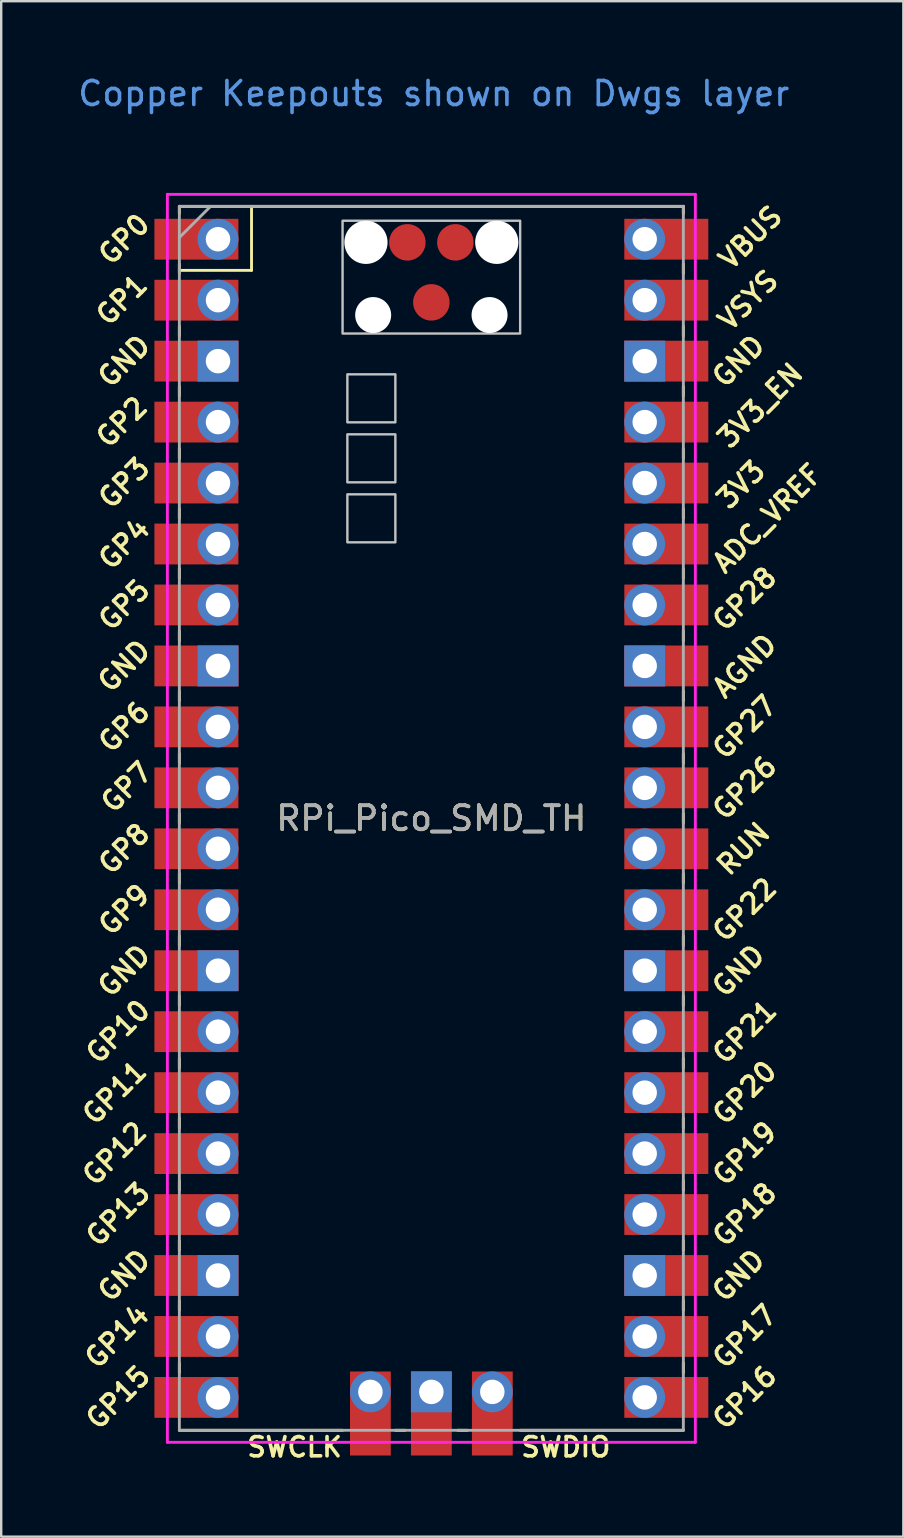
<source format=kicad_pcb>
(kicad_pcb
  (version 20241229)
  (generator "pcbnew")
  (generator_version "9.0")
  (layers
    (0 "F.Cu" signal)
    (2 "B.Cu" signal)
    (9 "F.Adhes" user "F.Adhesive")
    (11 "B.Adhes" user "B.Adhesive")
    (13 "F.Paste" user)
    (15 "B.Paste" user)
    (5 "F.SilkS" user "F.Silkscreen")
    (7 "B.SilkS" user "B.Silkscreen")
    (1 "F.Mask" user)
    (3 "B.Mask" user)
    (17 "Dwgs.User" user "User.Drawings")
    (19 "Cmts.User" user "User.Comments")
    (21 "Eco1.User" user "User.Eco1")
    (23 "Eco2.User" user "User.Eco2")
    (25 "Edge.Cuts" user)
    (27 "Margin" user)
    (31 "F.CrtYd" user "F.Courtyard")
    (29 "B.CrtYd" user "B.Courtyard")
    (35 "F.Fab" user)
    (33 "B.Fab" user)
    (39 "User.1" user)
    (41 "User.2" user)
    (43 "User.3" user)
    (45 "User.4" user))
  (footprint "RPi_Pico_SMD_TH"
    (layer "F.Cu")
    (at 4.424 56.548)
    (property "Reference" "RPi_Pico_SMD_TH" (at 10.5 -25.5 0) (layer "F.SilkS") (effects (font (size 1 1) (thickness 0.15))))
    (attr through_hole)
    (fp_line (start 0 -51) (end 0 -50.7) (stroke (width 0.12) (type solid)) (layer "F.SilkS"))
    (fp_line (start 0 -51) (end 21 -51) (stroke (width 0.12) (type solid)) (layer "F.SilkS"))
    (fp_line (start 0 -48.6) (end 0 -48.2) (stroke (width 0.12) (type solid)) (layer "F.SilkS"))
    (fp_line (start 0 -48.333) (end 3.007 -48.333) (stroke (width 0.12) (type solid)) (layer "F.SilkS"))
    (fp_line (start 0 -46) (end 0 -45.6) (stroke (width 0.12) (type solid)) (layer "F.SilkS"))
    (fp_line (start 0 -43.5) (end 0 -43.1) (stroke (width 0.12) (type solid)) (layer "F.SilkS"))
    (fp_line (start 0 -40.9) (end 0 -40.5) (stroke (width 0.12) (type solid)) (layer "F.SilkS"))
    (fp_line (start 0 -38.4) (end 0 -38) (stroke (width 0.12) (type solid)) (layer "F.SilkS"))
    (fp_line (start 0 -35.9) (end 0 -35.5) (stroke (width 0.12) (type solid)) (layer "F.SilkS"))
    (fp_line (start 0 -33.3) (end 0 -32.9) (stroke (width 0.12) (type solid)) (layer "F.SilkS"))
    (fp_line (start 0 -30.8) (end 0 -30.4) (stroke (width 0.12) (type solid)) (layer "F.SilkS"))
    (fp_line (start 0 -28.2) (end 0 -27.8) (stroke (width 0.12) (type solid)) (layer "F.SilkS"))
    (fp_line (start 0 -25.7) (end 0 -25.3) (stroke (width 0.12) (type solid)) (layer "F.SilkS"))
    (fp_line (start 0 -23.2) (end 0 -22.8) (stroke (width 0.12) (type solid)) (layer "F.SilkS"))
    (fp_line (start 0 -20.6) (end 0 -20.2) (stroke (width 0.12) (type solid)) (layer "F.SilkS"))
    (fp_line (start 0 -18.1) (end 0 -17.7) (stroke (width 0.12) (type solid)) (layer "F.SilkS"))
    (fp_line (start 0 -15.5) (end 0 -15.1) (stroke (width 0.12) (type solid)) (layer "F.SilkS"))
    (fp_line (start 0 -13) (end 0 -12.6) (stroke (width 0.12) (type solid)) (layer "F.SilkS"))
    (fp_line (start 0 -10.4) (end 0 -10) (stroke (width 0.12) (type solid)) (layer "F.SilkS"))
    (fp_line (start 0 -7.9) (end 0 -7.5) (stroke (width 0.12) (type solid)) (layer "F.SilkS"))
    (fp_line (start 0 -5.4) (end 0 -5) (stroke (width 0.12) (type solid)) (layer "F.SilkS"))
    (fp_line (start 0 -2.8) (end 0 -2.4) (stroke (width 0.12) (type solid)) (layer "F.SilkS"))
    (fp_line (start 3.007 -48.333) (end 3.007 -51) (stroke (width 0.12) (type solid)) (layer "F.SilkS"))
    (fp_line (start 6.8 0) (end 0 0) (stroke (width 0.12) (type solid)) (layer "F.SilkS"))
    (fp_line (start 9 0) (end 9.4 0) (stroke (width 0.12) (type solid)) (layer "F.SilkS"))
    (fp_line (start 11.6 0) (end 12 0) (stroke (width 0.12) (type solid)) (layer "F.SilkS"))
    (fp_line (start 21 -51) (end 21 -50.7) (stroke (width 0.12) (type solid)) (layer "F.SilkS"))
    (fp_line (start 21 -48.6) (end 21 -48.2) (stroke (width 0.12) (type solid)) (layer "F.SilkS"))
    (fp_line (start 21 -46) (end 21 -45.6) (stroke (width 0.12) (type solid)) (layer "F.SilkS"))
    (fp_line (start 21 -43.5) (end 21 -43.1) (stroke (width 0.12) (type solid)) (layer "F.SilkS"))
    (fp_line (start 21 -40.9) (end 21 -40.5) (stroke (width 0.12) (type solid)) (layer "F.SilkS"))
    (fp_line (start 21 -38.4) (end 21 -38) (stroke (width 0.12) (type solid)) (layer "F.SilkS"))
    (fp_line (start 21 -35.9) (end 21 -35.5) (stroke (width 0.12) (type solid)) (layer "F.SilkS"))
    (fp_line (start 21 -33.3) (end 21 -32.9) (stroke (width 0.12) (type solid)) (layer "F.SilkS"))
    (fp_line (start 21 -30.8) (end 21 -30.4) (stroke (width 0.12) (type solid)) (layer "F.SilkS"))
    (fp_line (start 21 -28.2) (end 21 -27.8) (stroke (width 0.12) (type solid)) (layer "F.SilkS"))
    (fp_line (start 21 -25.7) (end 21 -25.3) (stroke (width 0.12) (type solid)) (layer "F.SilkS"))
    (fp_line (start 21 -23.2) (end 21 -22.8) (stroke (width 0.12) (type solid)) (layer "F.SilkS"))
    (fp_line (start 21 -20.6) (end 21 -20.2) (stroke (width 0.12) (type solid)) (layer "F.SilkS"))
    (fp_line (start 21 -18.1) (end 21 -17.7) (stroke (width 0.12) (type solid)) (layer "F.SilkS"))
    (fp_line (start 21 -15.5) (end 21 -15.1) (stroke (width 0.12) (type solid)) (layer "F.SilkS"))
    (fp_line (start 21 -13) (end 21 -12.6) (stroke (width 0.12) (type solid)) (layer "F.SilkS"))
    (fp_line (start 21 -10.4) (end 21 -10) (stroke (width 0.12) (type solid)) (layer "F.SilkS"))
    (fp_line (start 21 -7.9) (end 21 -7.5) (stroke (width 0.12) (type solid)) (layer "F.SilkS"))
    (fp_line (start 21 -5.4) (end 21 -5) (stroke (width 0.12) (type solid)) (layer "F.SilkS"))
    (fp_line (start 21 -2.8) (end 21 -2.4) (stroke (width 0.12) (type solid)) (layer "F.SilkS"))
    (fp_line (start 21 0) (end 14.2 0) (stroke (width 0.12) (type solid)) (layer "F.SilkS"))
    (fp_poly (pts (xy 9 -42) (xy 7 -42) (xy 7 -44) (xy 9 -44)) (stroke (width 0.1) (type solid)) (fill no) (layer "Dwgs.User"))
    (fp_poly (pts (xy 9 -39.5) (xy 7 -39.5) (xy 7 -41.5) (xy 9 -41.5)) (stroke (width 0.1) (type solid)) (fill no) (layer "Dwgs.User"))
    (fp_poly (pts (xy 9 -37) (xy 7 -37) (xy 7 -39) (xy 9 -39)) (stroke (width 0.1) (type solid)) (fill no) (layer "Dwgs.User"))
    (fp_poly (pts (xy 14.2 -45.7) (xy 6.8 -45.7) (xy 6.8 -50.4) (xy 14.2 -50.4)) (stroke (width 0.1) (type solid)) (fill no) (layer "Dwgs.User"))
    (fp_line (start -0.5 -51.5) (end 21.5 -51.5) (stroke (width 0.12) (type solid)) (layer "F.CrtYd"))
    (fp_line (start -0.5 0.5) (end -0.5 -51.5) (stroke (width 0.12) (type solid)) (layer "F.CrtYd"))
    (fp_line (start 21.5 -51.5) (end 21.5 0.5) (stroke (width 0.12) (type solid)) (layer "F.CrtYd"))
    (fp_line (start 21.5 0.5) (end -0.5 0.5) (stroke (width 0.12) (type solid)) (layer "F.CrtYd"))
    (fp_line (start 0 -51) (end 21 -51) (stroke (width 0.12) (type solid)) (layer "F.Fab"))
    (fp_line (start 0 -49.7) (end 1.3 -51) (stroke (width 0.12) (type solid)) (layer "F.Fab"))
    (fp_line (start 0 0) (end 0 -51) (stroke (width 0.12) (type solid)) (layer "F.Fab"))
    (fp_line (start 21 -51) (end 21 0) (stroke (width 0.12) (type solid)) (layer "F.Fab"))
    (fp_line (start 21 0) (end 0 0) (stroke (width 0.12) (type solid)) (layer "F.Fab"))
    (fp_text user "GP1" (at -2.4 -47.1 45) (layer "F.SilkS") (effects (font (size 0.8 0.8) (thickness 0.15))))
    (fp_text user "3V3" (at 23.4 -39.4 45) (layer "F.SilkS") (effects (font (size 0.8 0.8) (thickness 0.15))))
    (fp_text user "SWDIO" (at 16.1 0.7 0) (layer "F.SilkS") (effects (font (size 0.8 0.8) (thickness 0.15))))
    (fp_text user "GP12" (at -2.7 -11.53 45) (layer "F.SilkS") (effects (font (size 0.8 0.8) (thickness 0.15))))
    (fp_text user "SWCLK" (at 4.8 0.7 0) (layer "F.SilkS") (effects (font (size 0.8 0.8) (thickness 0.15))))
    (fp_text user "GND" (at -2.3 -19.15 45) (layer "F.SilkS") (effects (font (size 0.8 0.8) (thickness 0.15))))
    (fp_text user "GND" (at -2.3 -31.85 45) (layer "F.SilkS") (effects (font (size 0.8 0.8) (thickness 0.15))))
    (fp_text user "GND" (at 23.3 -44.55 45) (layer "F.SilkS") (effects (font (size 0.8 0.8) (thickness 0.15))))
    (fp_text user "GP2" (at -2.4 -42.01 45) (layer "F.SilkS") (effects (font (size 0.8 0.8) (thickness 0.15))))
    (fp_text user "GP28" (at 23.554 -34.644 45) (layer "F.SilkS") (effects (font (size 0.8 0.8) (thickness 0.15))))
    (fp_text user "GP7" (at -2.2 -26.8 45) (layer "F.SilkS") (effects (font (size 0.8 0.8) (thickness 0.15))))
    (fp_text user "GP8" (at -2.3 -24.23 45) (layer "F.SilkS") (effects (font (size 0.8 0.8) (thickness 0.15))))
    (fp_text user "GP5" (at -2.3 -34.39 45) (layer "F.SilkS") (effects (font (size 0.8 0.8) (thickness 0.15))))
    (fp_text user "GP17" (at 23.554 -3.91 45) (layer "F.SilkS") (effects (font (size 0.8 0.8) (thickness 0.15))))
    (fp_text user "GP15" (at -2.554 -1.37 45) (layer "F.SilkS") (effects (font (size 0.8 0.8) (thickness 0.15))))
    (fp_text user "GP0" (at -2.3 -49.63 45) (layer "F.SilkS") (effects (font (size 0.8 0.8) (thickness 0.15))))
    (fp_text user "GP16" (at 23.554 -1.37 45) (layer "F.SilkS") (effects (font (size 0.8 0.8) (thickness 0.15))))
    (fp_text user "GP27" (at 23.554 -29.3 45) (layer "F.SilkS") (effects (font (size 0.8 0.8) (thickness 0.15))))
    (fp_text user "GP20" (at 23.554 -14.07 45) (layer "F.SilkS") (effects (font (size 0.8 0.8) (thickness 0.15))))
    (fp_text user "GND" (at -2.3 -6.45 45) (layer "F.SilkS") (effects (font (size 0.8 0.8) (thickness 0.15))))
    (fp_text user "GND" (at 23.3 -19.15 45) (layer "F.SilkS") (effects (font (size 0.8 0.8) (thickness 0.15))))
    (fp_text user "GP11" (at -2.7 -14.07 45) (layer "F.SilkS") (effects (font (size 0.8 0.8) (thickness 0.15))))
    (fp_text user "GP4" (at -2.3 -36.93 45) (layer "F.SilkS") (effects (font (size 0.8 0.8) (thickness 0.15))))
    (fp_text user "GND" (at 23.3 -6.45 45) (layer "F.SilkS") (effects (font (size 0.8 0.8) (thickness 0.15))))
    (fp_text user "GP14" (at -2.6 -3.91 45) (layer "F.SilkS") (effects (font (size 0.8 0.8) (thickness 0.15))))
    (fp_text user "VBUS" (at 23.8 -49.7 45) (layer "F.SilkS") (effects (font (size 0.8 0.8) (thickness 0.15))))
    (fp_text user "GP18" (at 23.554 -8.99 45) (layer "F.SilkS") (effects (font (size 0.8 0.8) (thickness 0.15))))
    (fp_text user "GP10" (at -2.554 -16.61 45) (layer "F.SilkS") (effects (font (size 0.8 0.8) (thickness 0.15))))
    (fp_text user "VSYS" (at 23.7 -47.09 45) (layer "F.SilkS") (effects (font (size 0.8 0.8) (thickness 0.15))))
    (fp_text user "GP13" (at -2.554 -8.99 45) (layer "F.SilkS") (effects (font (size 0.8 0.8) (thickness 0.15))))
    (fp_text user "RUN" (at 23.5 -24.23 45) (layer "F.SilkS") (effects (font (size 0.8 0.8) (thickness 0.15))))
    (fp_text user "AGND" (at 23.554 -31.85 45) (layer "F.SilkS") (effects (font (size 0.8 0.8) (thickness 0.15))))
    (fp_text user "GP3" (at -2.3 -39.47 45) (layer "F.SilkS") (effects (font (size 0.8 0.8) (thickness 0.15))))
    (fp_text user "ADC_VREF" (at 24.5 -38 45) (layer "F.SilkS") (effects (font (size 0.8 0.8) (thickness 0.15))))
    (fp_text user "GP19" (at 23.554 -11.53 45) (layer "F.SilkS") (effects (font (size 0.8 0.8) (thickness 0.15))))
    (fp_text user "3V3_EN" (at 24.2 -42.7 45) (layer "F.SilkS") (effects (font (size 0.8 0.8) (thickness 0.15))))
    (fp_text user "GP26" (at 23.554 -26.77 45) (layer "F.SilkS") (effects (font (size 0.8 0.8) (thickness 0.15))))
    (fp_text user "GND" (at -2.3 -44.55 45) (layer "F.SilkS") (effects (font (size 0.8 0.8) (thickness 0.15))))
    (fp_text user "GP6" (at -2.3 -29.31 45) (layer "F.SilkS") (effects (font (size 0.8 0.8) (thickness 0.15))))
    (fp_text user "GP22" (at 23.554 -21.69 45) (layer "F.SilkS") (effects (font (size 0.8 0.8) (thickness 0.15))))
    (fp_text user "GP21" (at 23.554 -16.6 45) (layer "F.SilkS") (effects (font (size 0.8 0.8) (thickness 0.15))))
    (fp_text user "GP9" (at -2.3 -21.69 45) (layer "F.SilkS") (effects (font (size 0.8 0.8) (thickness 0.15))))
    (fp_text user "Copper Keepouts shown on Dwgs layer" (at 10.6 -55.7 0) (layer "Cmts.User") (effects (font (size 1 1) (thickness 0.15))))
    (fp_text user "${REFERENCE}" (at 10.5 -25.5 180) (layer "F.Fab") (effects (font (size 1 1) (thickness 0.15))))
    (pad "" np_thru_hole oval (at 7.775 -49.5) (size 1.8 1.8) (drill 1.8) (layers "*.Cu" "*.Mask"))
    (pad "" np_thru_hole oval (at 8.075 -46.47) (size 1.5 1.5) (drill 1.5) (layers "*.Cu" "*.Mask"))
    (pad "" np_thru_hole oval (at 12.925 -46.47) (size 1.5 1.5) (drill 1.5) (layers "*.Cu" "*.Mask"))
    (pad "" np_thru_hole oval (at 13.225 -49.5) (size 1.8 1.8) (drill 1.8) (layers "*.Cu" "*.Mask"))
    (pad "1" thru_hole oval (at 1.61 -49.63) (size 1.7 1.7) (drill 1.02) (layers "*.Cu" "*.Mask"))
    (pad "1" smd rect (at 1.61 -49.63) (size 3.5 1.7) (drill (offset -0.9 0)) (layers "F.Cu" "F.Mask"))
    (pad "2" thru_hole oval (at 1.61 -47.09) (size 1.7 1.7) (drill 1.02) (layers "*.Cu" "*.Mask"))
    (pad "2" smd rect (at 1.61 -47.09) (size 3.5 1.7) (drill (offset -0.9 0)) (layers "F.Cu" "F.Mask"))
    (pad "3" thru_hole rect (at 1.61 -44.55) (size 1.7 1.7) (drill 1.02) (layers "*.Cu" "*.Mask"))
    (pad "3" smd rect (at 1.61 -44.55) (size 3.5 1.7) (drill (offset -0.9 0)) (layers "F.Cu" "F.Mask"))
    (pad "4" thru_hole oval (at 1.61 -42.01) (size 1.7 1.7) (drill 1.02) (layers "*.Cu" "*.Mask"))
    (pad "4" smd rect (at 1.61 -42.01) (size 3.5 1.7) (drill (offset -0.9 0)) (layers "F.Cu" "F.Mask"))
    (pad "5" thru_hole oval (at 1.61 -39.47) (size 1.7 1.7) (drill 1.02) (layers "*.Cu" "*.Mask"))
    (pad "5" smd rect (at 1.61 -39.47) (size 3.5 1.7) (drill (offset -0.9 0)) (layers "F.Cu" "F.Mask"))
    (pad "6" thru_hole oval (at 1.61 -36.93) (size 1.7 1.7) (drill 1.02) (layers "*.Cu" "*.Mask"))
    (pad "6" smd rect (at 1.61 -36.93) (size 3.5 1.7) (drill (offset -0.9 0)) (layers "F.Cu" "F.Mask"))
    (pad "7" thru_hole oval (at 1.61 -34.39) (size 1.7 1.7) (drill 1.02) (layers "*.Cu" "*.Mask"))
    (pad "7" smd rect (at 1.61 -34.39) (size 3.5 1.7) (drill (offset -0.9 0)) (layers "F.Cu" "F.Mask"))
    (pad "8" thru_hole rect (at 1.61 -31.85) (size 1.7 1.7) (drill 1.02) (layers "*.Cu" "*.Mask"))
    (pad "8" smd rect (at 1.61 -31.85) (size 3.5 1.7) (drill (offset -0.9 0)) (layers "F.Cu" "F.Mask"))
    (pad "9" thru_hole oval (at 1.61 -29.31) (size 1.7 1.7) (drill 1.02) (layers "*.Cu" "*.Mask"))
    (pad "9" smd rect (at 1.61 -29.31) (size 3.5 1.7) (drill (offset -0.9 0)) (layers "F.Cu" "F.Mask"))
    (pad "10" thru_hole oval (at 1.61 -26.77) (size 1.7 1.7) (drill 1.02) (layers "*.Cu" "*.Mask"))
    (pad "10" smd rect (at 1.61 -26.77) (size 3.5 1.7) (drill (offset -0.9 0)) (layers "F.Cu" "F.Mask"))
    (pad "11" thru_hole oval (at 1.61 -24.23) (size 1.7 1.7) (drill 1.02) (layers "*.Cu" "*.Mask"))
    (pad "11" smd rect (at 1.61 -24.23) (size 3.5 1.7) (drill (offset -0.9 0)) (layers "F.Cu" "F.Mask"))
    (pad "12" thru_hole oval (at 1.61 -21.69) (size 1.7 1.7) (drill 1.02) (layers "*.Cu" "*.Mask"))
    (pad "12" smd rect (at 1.61 -21.69) (size 3.5 1.7) (drill (offset -0.9 0)) (layers "F.Cu" "F.Mask"))
    (pad "13" thru_hole rect (at 1.61 -19.15) (size 1.7 1.7) (drill 1.02) (layers "*.Cu" "*.Mask"))
    (pad "13" smd rect (at 1.61 -19.15) (size 3.5 1.7) (drill (offset -0.9 0)) (layers "F.Cu" "F.Mask"))
    (pad "14" thru_hole oval (at 1.61 -16.61) (size 1.7 1.7) (drill 1.02) (layers "*.Cu" "*.Mask"))
    (pad "14" smd rect (at 1.61 -16.61) (size 3.5 1.7) (drill (offset -0.9 0)) (layers "F.Cu" "F.Mask"))
    (pad "15" thru_hole oval (at 1.61 -14.07) (size 1.7 1.7) (drill 1.02) (layers "*.Cu" "*.Mask"))
    (pad "15" smd rect (at 1.61 -14.07) (size 3.5 1.7) (drill (offset -0.9 0)) (layers "F.Cu" "F.Mask"))
    (pad "16" thru_hole oval (at 1.61 -11.53) (size 1.7 1.7) (drill 1.02) (layers "*.Cu" "*.Mask"))
    (pad "16" smd rect (at 1.61 -11.53) (size 3.5 1.7) (drill (offset -0.9 0)) (layers "F.Cu" "F.Mask"))
    (pad "17" thru_hole oval (at 1.61 -8.99) (size 1.7 1.7) (drill 1.02) (layers "*.Cu" "*.Mask"))
    (pad "17" smd rect (at 1.61 -8.99) (size 3.5 1.7) (drill (offset -0.9 0)) (layers "F.Cu" "F.Mask"))
    (pad "18" thru_hole rect (at 1.61 -6.45) (size 1.7 1.7) (drill 1.02) (layers "*.Cu" "*.Mask"))
    (pad "18" smd rect (at 1.61 -6.45) (size 3.5 1.7) (drill (offset -0.9 0)) (layers "F.Cu" "F.Mask"))
    (pad "19" thru_hole oval (at 1.61 -3.91) (size 1.7 1.7) (drill 1.02) (layers "*.Cu" "*.Mask"))
    (pad "19" smd rect (at 1.61 -3.91) (size 3.5 1.7) (drill (offset -0.9 0)) (layers "F.Cu" "F.Mask"))
    (pad "20" thru_hole oval (at 1.61 -1.37) (size 1.7 1.7) (drill 1.02) (layers "*.Cu" "*.Mask"))
    (pad "20" smd rect (at 1.61 -1.37) (size 3.5 1.7) (drill (offset -0.9 0)) (layers "F.Cu" "F.Mask"))
    (pad "21" thru_hole oval (at 19.39 -1.37) (size 1.7 1.7) (drill 1.02) (layers "*.Cu" "*.Mask"))
    (pad "21" smd rect (at 19.39 -1.37) (size 3.5 1.7) (drill (offset 0.9 0)) (layers "F.Cu" "F.Mask"))
    (pad "22" thru_hole oval (at 19.39 -3.91) (size 1.7 1.7) (drill 1.02) (layers "*.Cu" "*.Mask"))
    (pad "22" smd rect (at 19.39 -3.91) (size 3.5 1.7) (drill (offset 0.9 0)) (layers "F.Cu" "F.Mask"))
    (pad "23" thru_hole rect (at 19.39 -6.45) (size 1.7 1.7) (drill 1.02) (layers "*.Cu" "*.Mask"))
    (pad "23" smd rect (at 19.39 -6.45) (size 3.5 1.7) (drill (offset 0.9 0)) (layers "F.Cu" "F.Mask"))
    (pad "24" thru_hole oval (at 19.39 -8.99) (size 1.7 1.7) (drill 1.02) (layers "*.Cu" "*.Mask"))
    (pad "24" smd rect (at 19.39 -8.99) (size 3.5 1.7) (drill (offset 0.9 0)) (layers "F.Cu" "F.Mask"))
    (pad "25" thru_hole oval (at 19.39 -11.53) (size 1.7 1.7) (drill 1.02) (layers "*.Cu" "*.Mask"))
    (pad "25" smd rect (at 19.39 -11.53) (size 3.5 1.7) (drill (offset 0.9 0)) (layers "F.Cu" "F.Mask"))
    (pad "26" thru_hole oval (at 19.39 -14.07) (size 1.7 1.7) (drill 1.02) (layers "*.Cu" "*.Mask"))
    (pad "26" smd rect (at 19.39 -14.07) (size 3.5 1.7) (drill (offset 0.9 0)) (layers "F.Cu" "F.Mask"))
    (pad "27" thru_hole oval (at 19.39 -16.61) (size 1.7 1.7) (drill 1.02) (layers "*.Cu" "*.Mask"))
    (pad "27" smd rect (at 19.39 -16.61) (size 3.5 1.7) (drill (offset 0.9 0)) (layers "F.Cu" "F.Mask"))
    (pad "28" thru_hole rect (at 19.39 -19.15) (size 1.7 1.7) (drill 1.02) (layers "*.Cu" "*.Mask"))
    (pad "28" smd rect (at 19.39 -19.15) (size 3.5 1.7) (drill (offset 0.9 0)) (layers "F.Cu" "F.Mask"))
    (pad "29" thru_hole oval (at 19.39 -21.69) (size 1.7 1.7) (drill 1.02) (layers "*.Cu" "*.Mask"))
    (pad "29" smd rect (at 19.39 -21.69) (size 3.5 1.7) (drill (offset 0.9 0)) (layers "F.Cu" "F.Mask"))
    (pad "30" thru_hole oval (at 19.39 -24.23) (size 1.7 1.7) (drill 1.02) (layers "*.Cu" "*.Mask"))
    (pad "30" smd rect (at 19.39 -24.23) (size 3.5 1.7) (drill (offset 0.9 0)) (layers "F.Cu" "F.Mask"))
    (pad "31" thru_hole oval (at 19.39 -26.77) (size 1.7 1.7) (drill 1.02) (layers "*.Cu" "*.Mask"))
    (pad "31" smd rect (at 19.39 -26.77) (size 3.5 1.7) (drill (offset 0.9 0)) (layers "F.Cu" "F.Mask"))
    (pad "32" thru_hole oval (at 19.39 -29.31) (size 1.7 1.7) (drill 1.02) (layers "*.Cu" "*.Mask"))
    (pad "32" smd rect (at 19.39 -29.31) (size 3.5 1.7) (drill (offset 0.9 0)) (layers "F.Cu" "F.Mask"))
    (pad "33" thru_hole rect (at 19.39 -31.85) (size 1.7 1.7) (drill 1.02) (layers "*.Cu" "*.Mask"))
    (pad "33" smd rect (at 19.39 -31.85) (size 3.5 1.7) (drill (offset 0.9 0)) (layers "F.Cu" "F.Mask"))
    (pad "34" thru_hole oval (at 19.39 -34.39) (size 1.7 1.7) (drill 1.02) (layers "*.Cu" "*.Mask"))
    (pad "34" smd rect (at 19.39 -34.39) (size 3.5 1.7) (drill (offset 0.9 0)) (layers "F.Cu" "F.Mask"))
    (pad "35" thru_hole oval (at 19.39 -36.93) (size 1.7 1.7) (drill 1.02) (layers "*.Cu" "*.Mask"))
    (pad "35" smd rect (at 19.39 -36.93) (size 3.5 1.7) (drill (offset 0.9 0)) (layers "F.Cu" "F.Mask"))
    (pad "36" thru_hole oval (at 19.39 -39.47) (size 1.7 1.7) (drill 1.02) (layers "*.Cu" "*.Mask"))
    (pad "36" smd rect (at 19.39 -39.47) (size 3.5 1.7) (drill (offset 0.9 0)) (layers "F.Cu" "F.Mask"))
    (pad "37" thru_hole oval (at 19.39 -42.01) (size 1.7 1.7) (drill 1.02) (layers "*.Cu" "*.Mask"))
    (pad "37" smd rect (at 19.39 -42.01) (size 3.5 1.7) (drill (offset 0.9 0)) (layers "F.Cu" "F.Mask"))
    (pad "38" thru_hole rect (at 19.39 -44.55) (size 1.7 1.7) (drill 1.02) (layers "*.Cu" "*.Mask"))
    (pad "38" smd rect (at 19.39 -44.55) (size 3.5 1.7) (drill (offset 0.9 0)) (layers "F.Cu" "F.Mask"))
    (pad "39" thru_hole oval (at 19.39 -47.09) (size 1.7 1.7) (drill 1.02) (layers "*.Cu" "*.Mask"))
    (pad "39" smd rect (at 19.39 -47.09) (size 3.5 1.7) (drill (offset 0.9 0)) (layers "F.Cu" "F.Mask"))
    (pad "40" thru_hole oval (at 19.39 -49.63) (size 1.7 1.7) (drill 1.02) (layers "*.Cu" "*.Mask"))
    (pad "40" smd rect (at 19.39 -49.63) (size 3.5 1.7) (drill (offset 0.9 0)) (layers "F.Cu" "F.Mask"))
    (pad "41" thru_hole oval (at 7.96 -1.6) (size 1.7 1.7) (drill 1.02) (layers "*.Cu" "*.Mask"))
    (pad "41" smd rect (at 7.96 -1.6 90) (size 3.5 1.7) (drill (offset -0.9 0)) (layers "F.Cu" "F.Mask"))
    (pad "42" thru_hole rect (at 10.5 -1.6) (size 1.7 1.7) (drill 1.02) (layers "*.Cu" "*.Mask"))
    (pad "42" smd rect (at 10.5 -1.6 90) (size 3.5 1.7) (drill (offset -0.9 0)) (layers "F.Cu" "F.Mask"))
    (pad "43" thru_hole oval (at 13.04 -1.6) (size 1.7 1.7) (drill 1.02) (layers "*.Cu" "*.Mask"))
    (pad "43" smd rect (at 13.04 -1.6 90) (size 3.5 1.7) (drill (offset -0.9 0)) (layers "F.Cu" "F.Mask"))
    (pad "44" smd custom (at 10.5 -47 180) (size 1.524 1.524) (layers "F.Cu" "B.Mask" "B.Paste") (options (anchor circle)) (primitives (gr_poly (pts (xy 0.5 -0.5) (xy -0.5 -0.5) (xy -0.5 0.5) (xy 0.5 0.5)) (width 0.1) (fill yes))))
    (pad "45" smd custom (at 11.5 -49.5 180) (size 1.524 1.524) (layers "F.Cu" "B.Mask" "B.Paste") (options (anchor circle)) (primitives (gr_poly (pts (xy 0.5 -0.5) (xy -0.5 -0.5) (xy -0.5 0.5) (xy 0.5 0.5)) (width 0.1) (fill yes))))
    (pad "46" smd custom (at 9.5 -49.5 180) (size 1.524 1.524) (layers "F.Cu" "B.Mask" "B.Paste") (options (anchor circle)) (primitives (gr_poly (pts (xy 0.5 -0.5) (xy -0.5 -0.5) (xy -0.5 0.5) (xy 0.5 0.5)) (width 0.1) (fill yes)))))
  (gr_rect
    (start -3 -3)
    (end 34.591 60.98)
    (stroke (width 0.1) (type default))
    (fill no)
    (layer "Edge.Cuts")))
</source>
